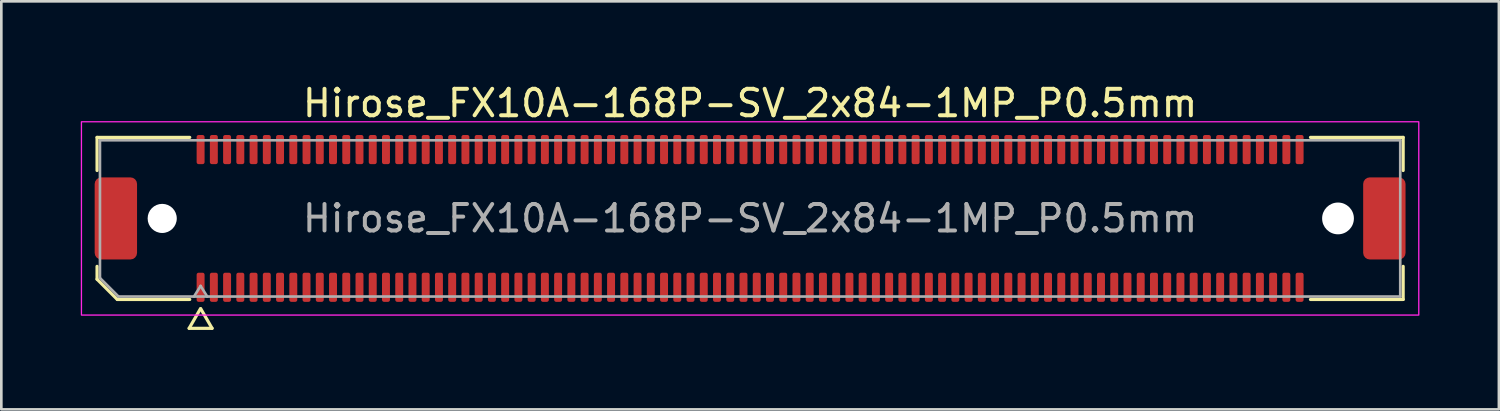
<source format=kicad_pcb>
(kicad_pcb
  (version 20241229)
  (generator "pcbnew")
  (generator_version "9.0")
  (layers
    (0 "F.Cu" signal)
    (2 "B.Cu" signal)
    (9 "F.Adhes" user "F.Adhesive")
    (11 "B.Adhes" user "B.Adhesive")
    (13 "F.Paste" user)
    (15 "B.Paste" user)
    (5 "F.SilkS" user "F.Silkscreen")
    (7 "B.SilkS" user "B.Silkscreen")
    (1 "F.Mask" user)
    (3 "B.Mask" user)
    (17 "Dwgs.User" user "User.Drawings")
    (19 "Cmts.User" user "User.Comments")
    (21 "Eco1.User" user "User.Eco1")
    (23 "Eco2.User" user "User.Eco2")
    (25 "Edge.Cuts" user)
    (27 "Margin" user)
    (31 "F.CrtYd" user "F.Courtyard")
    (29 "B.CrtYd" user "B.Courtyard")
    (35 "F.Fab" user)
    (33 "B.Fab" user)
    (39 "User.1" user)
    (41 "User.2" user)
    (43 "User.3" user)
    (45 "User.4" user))
  (footprint "Hirose_FX10A-168P-SV_2x84-1MP_P0.5mm"
    (layer "F.Cu")
    (at 25.275 5.198)
    (property "Reference" "Hirose_FX10A-168P-SV_2x84-1MP_P0.5mm" (at 0 -4.35 0) (layer "F.SilkS") (effects (font (size 1 1) (thickness 0.15))))
    (attr smd)
    (fp_line (start -24.66 -3.06) (end -21.16 -3.06) (stroke (width 0.12) (type solid)) (layer "F.SilkS"))
    (fp_line (start -24.66 -1.81) (end -24.66 -3.06) (stroke (width 0.12) (type solid)) (layer "F.SilkS"))
    (fp_line (start -24.66 2.296) (end -24.66 1.81) (stroke (width 0.12) (type solid)) (layer "F.SilkS"))
    (fp_line (start -23.896 3.06) (end -24.66 2.296) (stroke (width 0.12) (type solid)) (layer "F.SilkS"))
    (fp_line (start -21.183 4.15) (end -20.756 3.41) (stroke (width 0.12) (type solid)) (layer "F.SilkS"))
    (fp_line (start -21.16 3.06) (end -23.896 3.06) (stroke (width 0.12) (type solid)) (layer "F.SilkS"))
    (fp_line (start -20.744 3.41) (end -20.317 4.15) (stroke (width 0.12) (type solid)) (layer "F.SilkS"))
    (fp_line (start -20.317 4.15) (end -21.183 4.15) (stroke (width 0.12) (type solid)) (layer "F.SilkS"))
    (fp_line (start 21.16 -3.06) (end 24.66 -3.06) (stroke (width 0.12) (type solid)) (layer "F.SilkS"))
    (fp_line (start 24.66 -3.06) (end 24.66 -1.81) (stroke (width 0.12) (type solid)) (layer "F.SilkS"))
    (fp_line (start 24.66 1.81) (end 24.66 3.06) (stroke (width 0.12) (type solid)) (layer "F.SilkS"))
    (fp_line (start 24.66 3.06) (end 21.16 3.06) (stroke (width 0.12) (type solid)) (layer "F.SilkS"))
    (fp_rect (start -25.25 -3.65) (end 25.25 3.65) (stroke (width 0.05) (type solid)) (fill no) (layer "F.CrtYd"))
    (fp_line (start -24.55 -2.95) (end 24.55 -2.95) (stroke (width 0.1) (type solid)) (layer "F.Fab"))
    (fp_line (start -24.55 2.25) (end -24.55 -2.95) (stroke (width 0.1) (type solid)) (layer "F.Fab"))
    (fp_line (start -23.85 2.95) (end -24.55 2.25) (stroke (width 0.1) (type solid)) (layer "F.Fab"))
    (fp_line (start -21 2.95) (end -20.75 2.55) (stroke (width 0.1) (type solid)) (layer "F.Fab"))
    (fp_line (start -20.75 2.55) (end -20.5 2.95) (stroke (width 0.1) (type solid)) (layer "F.Fab"))
    (fp_line (start 24.55 -2.95) (end 24.55 2.95) (stroke (width 0.1) (type solid)) (layer "F.Fab"))
    (fp_line (start 24.55 2.95) (end -23.85 2.95) (stroke (width 0.1) (type solid)) (layer "F.Fab"))
    (fp_text user "${REFERENCE}" (at 0 0 0) (layer "F.Fab") (effects (font (size 1 1) (thickness 0.15))))
    (pad "" np_thru_hole circle (at -22.2 0) (size 1.1 1.1) (drill 1.1) (layers "*.Cu" "*.Mask"))
    (pad "" np_thru_hole circle (at 22.2 0) (size 1.2 1.2) (drill 1.2) (layers "*.Cu" "*.Mask"))
    (pad "1" smd roundrect (at -20.75 2.6) (size 0.3 1.1) (layers "F.Cu" "F.Mask" "F.Paste") (roundrect_rratio 0.25))
    (pad "2" smd roundrect (at -20.75 -2.6) (size 0.3 1.1) (layers "F.Cu" "F.Mask" "F.Paste") (roundrect_rratio 0.25))
    (pad "3" smd roundrect (at -20.25 2.6) (size 0.3 1.1) (layers "F.Cu" "F.Mask" "F.Paste") (roundrect_rratio 0.25))
    (pad "4" smd roundrect (at -20.25 -2.6) (size 0.3 1.1) (layers "F.Cu" "F.Mask" "F.Paste") (roundrect_rratio 0.25))
    (pad "5" smd roundrect (at -19.75 2.6) (size 0.3 1.1) (layers "F.Cu" "F.Mask" "F.Paste") (roundrect_rratio 0.25))
    (pad "6" smd roundrect (at -19.75 -2.6) (size 0.3 1.1) (layers "F.Cu" "F.Mask" "F.Paste") (roundrect_rratio 0.25))
    (pad "7" smd roundrect (at -19.25 2.6) (size 0.3 1.1) (layers "F.Cu" "F.Mask" "F.Paste") (roundrect_rratio 0.25))
    (pad "8" smd roundrect (at -19.25 -2.6) (size 0.3 1.1) (layers "F.Cu" "F.Mask" "F.Paste") (roundrect_rratio 0.25))
    (pad "9" smd roundrect (at -18.75 2.6) (size 0.3 1.1) (layers "F.Cu" "F.Mask" "F.Paste") (roundrect_rratio 0.25))
    (pad "10" smd roundrect (at -18.75 -2.6) (size 0.3 1.1) (layers "F.Cu" "F.Mask" "F.Paste") (roundrect_rratio 0.25))
    (pad "11" smd roundrect (at -18.25 2.6) (size 0.3 1.1) (layers "F.Cu" "F.Mask" "F.Paste") (roundrect_rratio 0.25))
    (pad "12" smd roundrect (at -18.25 -2.6) (size 0.3 1.1) (layers "F.Cu" "F.Mask" "F.Paste") (roundrect_rratio 0.25))
    (pad "13" smd roundrect (at -17.75 2.6) (size 0.3 1.1) (layers "F.Cu" "F.Mask" "F.Paste") (roundrect_rratio 0.25))
    (pad "14" smd roundrect (at -17.75 -2.6) (size 0.3 1.1) (layers "F.Cu" "F.Mask" "F.Paste") (roundrect_rratio 0.25))
    (pad "15" smd roundrect (at -17.25 2.6) (size 0.3 1.1) (layers "F.Cu" "F.Mask" "F.Paste") (roundrect_rratio 0.25))
    (pad "16" smd roundrect (at -17.25 -2.6) (size 0.3 1.1) (layers "F.Cu" "F.Mask" "F.Paste") (roundrect_rratio 0.25))
    (pad "17" smd roundrect (at -16.75 2.6) (size 0.3 1.1) (layers "F.Cu" "F.Mask" "F.Paste") (roundrect_rratio 0.25))
    (pad "18" smd roundrect (at -16.75 -2.6) (size 0.3 1.1) (layers "F.Cu" "F.Mask" "F.Paste") (roundrect_rratio 0.25))
    (pad "19" smd roundrect (at -16.25 2.6) (size 0.3 1.1) (layers "F.Cu" "F.Mask" "F.Paste") (roundrect_rratio 0.25))
    (pad "20" smd roundrect (at -16.25 -2.6) (size 0.3 1.1) (layers "F.Cu" "F.Mask" "F.Paste") (roundrect_rratio 0.25))
    (pad "21" smd roundrect (at -15.75 2.6) (size 0.3 1.1) (layers "F.Cu" "F.Mask" "F.Paste") (roundrect_rratio 0.25))
    (pad "22" smd roundrect (at -15.75 -2.6) (size 0.3 1.1) (layers "F.Cu" "F.Mask" "F.Paste") (roundrect_rratio 0.25))
    (pad "23" smd roundrect (at -15.25 2.6) (size 0.3 1.1) (layers "F.Cu" "F.Mask" "F.Paste") (roundrect_rratio 0.25))
    (pad "24" smd roundrect (at -15.25 -2.6) (size 0.3 1.1) (layers "F.Cu" "F.Mask" "F.Paste") (roundrect_rratio 0.25))
    (pad "25" smd roundrect (at -14.75 2.6) (size 0.3 1.1) (layers "F.Cu" "F.Mask" "F.Paste") (roundrect_rratio 0.25))
    (pad "26" smd roundrect (at -14.75 -2.6) (size 0.3 1.1) (layers "F.Cu" "F.Mask" "F.Paste") (roundrect_rratio 0.25))
    (pad "27" smd roundrect (at -14.25 2.6) (size 0.3 1.1) (layers "F.Cu" "F.Mask" "F.Paste") (roundrect_rratio 0.25))
    (pad "28" smd roundrect (at -14.25 -2.6) (size 0.3 1.1) (layers "F.Cu" "F.Mask" "F.Paste") (roundrect_rratio 0.25))
    (pad "29" smd roundrect (at -13.75 2.6) (size 0.3 1.1) (layers "F.Cu" "F.Mask" "F.Paste") (roundrect_rratio 0.25))
    (pad "30" smd roundrect (at -13.75 -2.6) (size 0.3 1.1) (layers "F.Cu" "F.Mask" "F.Paste") (roundrect_rratio 0.25))
    (pad "31" smd roundrect (at -13.25 2.6) (size 0.3 1.1) (layers "F.Cu" "F.Mask" "F.Paste") (roundrect_rratio 0.25))
    (pad "32" smd roundrect (at -13.25 -2.6) (size 0.3 1.1) (layers "F.Cu" "F.Mask" "F.Paste") (roundrect_rratio 0.25))
    (pad "33" smd roundrect (at -12.75 2.6) (size 0.3 1.1) (layers "F.Cu" "F.Mask" "F.Paste") (roundrect_rratio 0.25))
    (pad "34" smd roundrect (at -12.75 -2.6) (size 0.3 1.1) (layers "F.Cu" "F.Mask" "F.Paste") (roundrect_rratio 0.25))
    (pad "35" smd roundrect (at -12.25 2.6) (size 0.3 1.1) (layers "F.Cu" "F.Mask" "F.Paste") (roundrect_rratio 0.25))
    (pad "36" smd roundrect (at -12.25 -2.6) (size 0.3 1.1) (layers "F.Cu" "F.Mask" "F.Paste") (roundrect_rratio 0.25))
    (pad "37" smd roundrect (at -11.75 2.6) (size 0.3 1.1) (layers "F.Cu" "F.Mask" "F.Paste") (roundrect_rratio 0.25))
    (pad "38" smd roundrect (at -11.75 -2.6) (size 0.3 1.1) (layers "F.Cu" "F.Mask" "F.Paste") (roundrect_rratio 0.25))
    (pad "39" smd roundrect (at -11.25 2.6) (size 0.3 1.1) (layers "F.Cu" "F.Mask" "F.Paste") (roundrect_rratio 0.25))
    (pad "40" smd roundrect (at -11.25 -2.6) (size 0.3 1.1) (layers "F.Cu" "F.Mask" "F.Paste") (roundrect_rratio 0.25))
    (pad "41" smd roundrect (at -10.75 2.6) (size 0.3 1.1) (layers "F.Cu" "F.Mask" "F.Paste") (roundrect_rratio 0.25))
    (pad "42" smd roundrect (at -10.75 -2.6) (size 0.3 1.1) (layers "F.Cu" "F.Mask" "F.Paste") (roundrect_rratio 0.25))
    (pad "43" smd roundrect (at -10.25 2.6) (size 0.3 1.1) (layers "F.Cu" "F.Mask" "F.Paste") (roundrect_rratio 0.25))
    (pad "44" smd roundrect (at -10.25 -2.6) (size 0.3 1.1) (layers "F.Cu" "F.Mask" "F.Paste") (roundrect_rratio 0.25))
    (pad "45" smd roundrect (at -9.75 2.6) (size 0.3 1.1) (layers "F.Cu" "F.Mask" "F.Paste") (roundrect_rratio 0.25))
    (pad "46" smd roundrect (at -9.75 -2.6) (size 0.3 1.1) (layers "F.Cu" "F.Mask" "F.Paste") (roundrect_rratio 0.25))
    (pad "47" smd roundrect (at -9.25 2.6) (size 0.3 1.1) (layers "F.Cu" "F.Mask" "F.Paste") (roundrect_rratio 0.25))
    (pad "48" smd roundrect (at -9.25 -2.6) (size 0.3 1.1) (layers "F.Cu" "F.Mask" "F.Paste") (roundrect_rratio 0.25))
    (pad "49" smd roundrect (at -8.75 2.6) (size 0.3 1.1) (layers "F.Cu" "F.Mask" "F.Paste") (roundrect_rratio 0.25))
    (pad "50" smd roundrect (at -8.75 -2.6) (size 0.3 1.1) (layers "F.Cu" "F.Mask" "F.Paste") (roundrect_rratio 0.25))
    (pad "51" smd roundrect (at -8.25 2.6) (size 0.3 1.1) (layers "F.Cu" "F.Mask" "F.Paste") (roundrect_rratio 0.25))
    (pad "52" smd roundrect (at -8.25 -2.6) (size 0.3 1.1) (layers "F.Cu" "F.Mask" "F.Paste") (roundrect_rratio 0.25))
    (pad "53" smd roundrect (at -7.75 2.6) (size 0.3 1.1) (layers "F.Cu" "F.Mask" "F.Paste") (roundrect_rratio 0.25))
    (pad "54" smd roundrect (at -7.75 -2.6) (size 0.3 1.1) (layers "F.Cu" "F.Mask" "F.Paste") (roundrect_rratio 0.25))
    (pad "55" smd roundrect (at -7.25 2.6) (size 0.3 1.1) (layers "F.Cu" "F.Mask" "F.Paste") (roundrect_rratio 0.25))
    (pad "56" smd roundrect (at -7.25 -2.6) (size 0.3 1.1) (layers "F.Cu" "F.Mask" "F.Paste") (roundrect_rratio 0.25))
    (pad "57" smd roundrect (at -6.75 2.6) (size 0.3 1.1) (layers "F.Cu" "F.Mask" "F.Paste") (roundrect_rratio 0.25))
    (pad "58" smd roundrect (at -6.75 -2.6) (size 0.3 1.1) (layers "F.Cu" "F.Mask" "F.Paste") (roundrect_rratio 0.25))
    (pad "59" smd roundrect (at -6.25 2.6) (size 0.3 1.1) (layers "F.Cu" "F.Mask" "F.Paste") (roundrect_rratio 0.25))
    (pad "60" smd roundrect (at -6.25 -2.6) (size 0.3 1.1) (layers "F.Cu" "F.Mask" "F.Paste") (roundrect_rratio 0.25))
    (pad "61" smd roundrect (at -5.75 2.6) (size 0.3 1.1) (layers "F.Cu" "F.Mask" "F.Paste") (roundrect_rratio 0.25))
    (pad "62" smd roundrect (at -5.75 -2.6) (size 0.3 1.1) (layers "F.Cu" "F.Mask" "F.Paste") (roundrect_rratio 0.25))
    (pad "63" smd roundrect (at -5.25 2.6) (size 0.3 1.1) (layers "F.Cu" "F.Mask" "F.Paste") (roundrect_rratio 0.25))
    (pad "64" smd roundrect (at -5.25 -2.6) (size 0.3 1.1) (layers "F.Cu" "F.Mask" "F.Paste") (roundrect_rratio 0.25))
    (pad "65" smd roundrect (at -4.75 2.6) (size 0.3 1.1) (layers "F.Cu" "F.Mask" "F.Paste") (roundrect_rratio 0.25))
    (pad "66" smd roundrect (at -4.75 -2.6) (size 0.3 1.1) (layers "F.Cu" "F.Mask" "F.Paste") (roundrect_rratio 0.25))
    (pad "67" smd roundrect (at -4.25 2.6) (size 0.3 1.1) (layers "F.Cu" "F.Mask" "F.Paste") (roundrect_rratio 0.25))
    (pad "68" smd roundrect (at -4.25 -2.6) (size 0.3 1.1) (layers "F.Cu" "F.Mask" "F.Paste") (roundrect_rratio 0.25))
    (pad "69" smd roundrect (at -3.75 2.6) (size 0.3 1.1) (layers "F.Cu" "F.Mask" "F.Paste") (roundrect_rratio 0.25))
    (pad "70" smd roundrect (at -3.75 -2.6) (size 0.3 1.1) (layers "F.Cu" "F.Mask" "F.Paste") (roundrect_rratio 0.25))
    (pad "71" smd roundrect (at -3.25 2.6) (size 0.3 1.1) (layers "F.Cu" "F.Mask" "F.Paste") (roundrect_rratio 0.25))
    (pad "72" smd roundrect (at -3.25 -2.6) (size 0.3 1.1) (layers "F.Cu" "F.Mask" "F.Paste") (roundrect_rratio 0.25))
    (pad "73" smd roundrect (at -2.75 2.6) (size 0.3 1.1) (layers "F.Cu" "F.Mask" "F.Paste") (roundrect_rratio 0.25))
    (pad "74" smd roundrect (at -2.75 -2.6) (size 0.3 1.1) (layers "F.Cu" "F.Mask" "F.Paste") (roundrect_rratio 0.25))
    (pad "75" smd roundrect (at -2.25 2.6) (size 0.3 1.1) (layers "F.Cu" "F.Mask" "F.Paste") (roundrect_rratio 0.25))
    (pad "76" smd roundrect (at -2.25 -2.6) (size 0.3 1.1) (layers "F.Cu" "F.Mask" "F.Paste") (roundrect_rratio 0.25))
    (pad "77" smd roundrect (at -1.75 2.6) (size 0.3 1.1) (layers "F.Cu" "F.Mask" "F.Paste") (roundrect_rratio 0.25))
    (pad "78" smd roundrect (at -1.75 -2.6) (size 0.3 1.1) (layers "F.Cu" "F.Mask" "F.Paste") (roundrect_rratio 0.25))
    (pad "79" smd roundrect (at -1.25 2.6) (size 0.3 1.1) (layers "F.Cu" "F.Mask" "F.Paste") (roundrect_rratio 0.25))
    (pad "80" smd roundrect (at -1.25 -2.6) (size 0.3 1.1) (layers "F.Cu" "F.Mask" "F.Paste") (roundrect_rratio 0.25))
    (pad "81" smd roundrect (at -0.75 2.6) (size 0.3 1.1) (layers "F.Cu" "F.Mask" "F.Paste") (roundrect_rratio 0.25))
    (pad "82" smd roundrect (at -0.75 -2.6) (size 0.3 1.1) (layers "F.Cu" "F.Mask" "F.Paste") (roundrect_rratio 0.25))
    (pad "83" smd roundrect (at -0.25 2.6) (size 0.3 1.1) (layers "F.Cu" "F.Mask" "F.Paste") (roundrect_rratio 0.25))
    (pad "84" smd roundrect (at -0.25 -2.6) (size 0.3 1.1) (layers "F.Cu" "F.Mask" "F.Paste") (roundrect_rratio 0.25))
    (pad "85" smd roundrect (at 0.25 2.6) (size 0.3 1.1) (layers "F.Cu" "F.Mask" "F.Paste") (roundrect_rratio 0.25))
    (pad "86" smd roundrect (at 0.25 -2.6) (size 0.3 1.1) (layers "F.Cu" "F.Mask" "F.Paste") (roundrect_rratio 0.25))
    (pad "87" smd roundrect (at 0.75 2.6) (size 0.3 1.1) (layers "F.Cu" "F.Mask" "F.Paste") (roundrect_rratio 0.25))
    (pad "88" smd roundrect (at 0.75 -2.6) (size 0.3 1.1) (layers "F.Cu" "F.Mask" "F.Paste") (roundrect_rratio 0.25))
    (pad "89" smd roundrect (at 1.25 2.6) (size 0.3 1.1) (layers "F.Cu" "F.Mask" "F.Paste") (roundrect_rratio 0.25))
    (pad "90" smd roundrect (at 1.25 -2.6) (size 0.3 1.1) (layers "F.Cu" "F.Mask" "F.Paste") (roundrect_rratio 0.25))
    (pad "91" smd roundrect (at 1.75 2.6) (size 0.3 1.1) (layers "F.Cu" "F.Mask" "F.Paste") (roundrect_rratio 0.25))
    (pad "92" smd roundrect (at 1.75 -2.6) (size 0.3 1.1) (layers "F.Cu" "F.Mask" "F.Paste") (roundrect_rratio 0.25))
    (pad "93" smd roundrect (at 2.25 2.6) (size 0.3 1.1) (layers "F.Cu" "F.Mask" "F.Paste") (roundrect_rratio 0.25))
    (pad "94" smd roundrect (at 2.25 -2.6) (size 0.3 1.1) (layers "F.Cu" "F.Mask" "F.Paste") (roundrect_rratio 0.25))
    (pad "95" smd roundrect (at 2.75 2.6) (size 0.3 1.1) (layers "F.Cu" "F.Mask" "F.Paste") (roundrect_rratio 0.25))
    (pad "96" smd roundrect (at 2.75 -2.6) (size 0.3 1.1) (layers "F.Cu" "F.Mask" "F.Paste") (roundrect_rratio 0.25))
    (pad "97" smd roundrect (at 3.25 2.6) (size 0.3 1.1) (layers "F.Cu" "F.Mask" "F.Paste") (roundrect_rratio 0.25))
    (pad "98" smd roundrect (at 3.25 -2.6) (size 0.3 1.1) (layers "F.Cu" "F.Mask" "F.Paste") (roundrect_rratio 0.25))
    (pad "99" smd roundrect (at 3.75 2.6) (size 0.3 1.1) (layers "F.Cu" "F.Mask" "F.Paste") (roundrect_rratio 0.25))
    (pad "100" smd roundrect (at 3.75 -2.6) (size 0.3 1.1) (layers "F.Cu" "F.Mask" "F.Paste") (roundrect_rratio 0.25))
    (pad "101" smd roundrect (at 4.25 2.6) (size 0.3 1.1) (layers "F.Cu" "F.Mask" "F.Paste") (roundrect_rratio 0.25))
    (pad "102" smd roundrect (at 4.25 -2.6) (size 0.3 1.1) (layers "F.Cu" "F.Mask" "F.Paste") (roundrect_rratio 0.25))
    (pad "103" smd roundrect (at 4.75 2.6) (size 0.3 1.1) (layers "F.Cu" "F.Mask" "F.Paste") (roundrect_rratio 0.25))
    (pad "104" smd roundrect (at 4.75 -2.6) (size 0.3 1.1) (layers "F.Cu" "F.Mask" "F.Paste") (roundrect_rratio 0.25))
    (pad "105" smd roundrect (at 5.25 2.6) (size 0.3 1.1) (layers "F.Cu" "F.Mask" "F.Paste") (roundrect_rratio 0.25))
    (pad "106" smd roundrect (at 5.25 -2.6) (size 0.3 1.1) (layers "F.Cu" "F.Mask" "F.Paste") (roundrect_rratio 0.25))
    (pad "107" smd roundrect (at 5.75 2.6) (size 0.3 1.1) (layers "F.Cu" "F.Mask" "F.Paste") (roundrect_rratio 0.25))
    (pad "108" smd roundrect (at 5.75 -2.6) (size 0.3 1.1) (layers "F.Cu" "F.Mask" "F.Paste") (roundrect_rratio 0.25))
    (pad "109" smd roundrect (at 6.25 2.6) (size 0.3 1.1) (layers "F.Cu" "F.Mask" "F.Paste") (roundrect_rratio 0.25))
    (pad "110" smd roundrect (at 6.25 -2.6) (size 0.3 1.1) (layers "F.Cu" "F.Mask" "F.Paste") (roundrect_rratio 0.25))
    (pad "111" smd roundrect (at 6.75 2.6) (size 0.3 1.1) (layers "F.Cu" "F.Mask" "F.Paste") (roundrect_rratio 0.25))
    (pad "112" smd roundrect (at 6.75 -2.6) (size 0.3 1.1) (layers "F.Cu" "F.Mask" "F.Paste") (roundrect_rratio 0.25))
    (pad "113" smd roundrect (at 7.25 2.6) (size 0.3 1.1) (layers "F.Cu" "F.Mask" "F.Paste") (roundrect_rratio 0.25))
    (pad "114" smd roundrect (at 7.25 -2.6) (size 0.3 1.1) (layers "F.Cu" "F.Mask" "F.Paste") (roundrect_rratio 0.25))
    (pad "115" smd roundrect (at 7.75 2.6) (size 0.3 1.1) (layers "F.Cu" "F.Mask" "F.Paste") (roundrect_rratio 0.25))
    (pad "116" smd roundrect (at 7.75 -2.6) (size 0.3 1.1) (layers "F.Cu" "F.Mask" "F.Paste") (roundrect_rratio 0.25))
    (pad "117" smd roundrect (at 8.25 2.6) (size 0.3 1.1) (layers "F.Cu" "F.Mask" "F.Paste") (roundrect_rratio 0.25))
    (pad "118" smd roundrect (at 8.25 -2.6) (size 0.3 1.1) (layers "F.Cu" "F.Mask" "F.Paste") (roundrect_rratio 0.25))
    (pad "119" smd roundrect (at 8.75 2.6) (size 0.3 1.1) (layers "F.Cu" "F.Mask" "F.Paste") (roundrect_rratio 0.25))
    (pad "120" smd roundrect (at 8.75 -2.6) (size 0.3 1.1) (layers "F.Cu" "F.Mask" "F.Paste") (roundrect_rratio 0.25))
    (pad "121" smd roundrect (at 9.25 2.6) (size 0.3 1.1) (layers "F.Cu" "F.Mask" "F.Paste") (roundrect_rratio 0.25))
    (pad "122" smd roundrect (at 9.25 -2.6) (size 0.3 1.1) (layers "F.Cu" "F.Mask" "F.Paste") (roundrect_rratio 0.25))
    (pad "123" smd roundrect (at 9.75 2.6) (size 0.3 1.1) (layers "F.Cu" "F.Mask" "F.Paste") (roundrect_rratio 0.25))
    (pad "124" smd roundrect (at 9.75 -2.6) (size 0.3 1.1) (layers "F.Cu" "F.Mask" "F.Paste") (roundrect_rratio 0.25))
    (pad "125" smd roundrect (at 10.25 2.6) (size 0.3 1.1) (layers "F.Cu" "F.Mask" "F.Paste") (roundrect_rratio 0.25))
    (pad "126" smd roundrect (at 10.25 -2.6) (size 0.3 1.1) (layers "F.Cu" "F.Mask" "F.Paste") (roundrect_rratio 0.25))
    (pad "127" smd roundrect (at 10.75 2.6) (size 0.3 1.1) (layers "F.Cu" "F.Mask" "F.Paste") (roundrect_rratio 0.25))
    (pad "128" smd roundrect (at 10.75 -2.6) (size 0.3 1.1) (layers "F.Cu" "F.Mask" "F.Paste") (roundrect_rratio 0.25))
    (pad "129" smd roundrect (at 11.25 2.6) (size 0.3 1.1) (layers "F.Cu" "F.Mask" "F.Paste") (roundrect_rratio 0.25))
    (pad "130" smd roundrect (at 11.25 -2.6) (size 0.3 1.1) (layers "F.Cu" "F.Mask" "F.Paste") (roundrect_rratio 0.25))
    (pad "131" smd roundrect (at 11.75 2.6) (size 0.3 1.1) (layers "F.Cu" "F.Mask" "F.Paste") (roundrect_rratio 0.25))
    (pad "132" smd roundrect (at 11.75 -2.6) (size 0.3 1.1) (layers "F.Cu" "F.Mask" "F.Paste") (roundrect_rratio 0.25))
    (pad "133" smd roundrect (at 12.25 2.6) (size 0.3 1.1) (layers "F.Cu" "F.Mask" "F.Paste") (roundrect_rratio 0.25))
    (pad "134" smd roundrect (at 12.25 -2.6) (size 0.3 1.1) (layers "F.Cu" "F.Mask" "F.Paste") (roundrect_rratio 0.25))
    (pad "135" smd roundrect (at 12.75 2.6) (size 0.3 1.1) (layers "F.Cu" "F.Mask" "F.Paste") (roundrect_rratio 0.25))
    (pad "136" smd roundrect (at 12.75 -2.6) (size 0.3 1.1) (layers "F.Cu" "F.Mask" "F.Paste") (roundrect_rratio 0.25))
    (pad "137" smd roundrect (at 13.25 2.6) (size 0.3 1.1) (layers "F.Cu" "F.Mask" "F.Paste") (roundrect_rratio 0.25))
    (pad "138" smd roundrect (at 13.25 -2.6) (size 0.3 1.1) (layers "F.Cu" "F.Mask" "F.Paste") (roundrect_rratio 0.25))
    (pad "139" smd roundrect (at 13.75 2.6) (size 0.3 1.1) (layers "F.Cu" "F.Mask" "F.Paste") (roundrect_rratio 0.25))
    (pad "140" smd roundrect (at 13.75 -2.6) (size 0.3 1.1) (layers "F.Cu" "F.Mask" "F.Paste") (roundrect_rratio 0.25))
    (pad "141" smd roundrect (at 14.25 2.6) (size 0.3 1.1) (layers "F.Cu" "F.Mask" "F.Paste") (roundrect_rratio 0.25))
    (pad "142" smd roundrect (at 14.25 -2.6) (size 0.3 1.1) (layers "F.Cu" "F.Mask" "F.Paste") (roundrect_rratio 0.25))
    (pad "143" smd roundrect (at 14.75 2.6) (size 0.3 1.1) (layers "F.Cu" "F.Mask" "F.Paste") (roundrect_rratio 0.25))
    (pad "144" smd roundrect (at 14.75 -2.6) (size 0.3 1.1) (layers "F.Cu" "F.Mask" "F.Paste") (roundrect_rratio 0.25))
    (pad "145" smd roundrect (at 15.25 2.6) (size 0.3 1.1) (layers "F.Cu" "F.Mask" "F.Paste") (roundrect_rratio 0.25))
    (pad "146" smd roundrect (at 15.25 -2.6) (size 0.3 1.1) (layers "F.Cu" "F.Mask" "F.Paste") (roundrect_rratio 0.25))
    (pad "147" smd roundrect (at 15.75 2.6) (size 0.3 1.1) (layers "F.Cu" "F.Mask" "F.Paste") (roundrect_rratio 0.25))
    (pad "148" smd roundrect (at 15.75 -2.6) (size 0.3 1.1) (layers "F.Cu" "F.Mask" "F.Paste") (roundrect_rratio 0.25))
    (pad "149" smd roundrect (at 16.25 2.6) (size 0.3 1.1) (layers "F.Cu" "F.Mask" "F.Paste") (roundrect_rratio 0.25))
    (pad "150" smd roundrect (at 16.25 -2.6) (size 0.3 1.1) (layers "F.Cu" "F.Mask" "F.Paste") (roundrect_rratio 0.25))
    (pad "151" smd roundrect (at 16.75 2.6) (size 0.3 1.1) (layers "F.Cu" "F.Mask" "F.Paste") (roundrect_rratio 0.25))
    (pad "152" smd roundrect (at 16.75 -2.6) (size 0.3 1.1) (layers "F.Cu" "F.Mask" "F.Paste") (roundrect_rratio 0.25))
    (pad "153" smd roundrect (at 17.25 2.6) (size 0.3 1.1) (layers "F.Cu" "F.Mask" "F.Paste") (roundrect_rratio 0.25))
    (pad "154" smd roundrect (at 17.25 -2.6) (size 0.3 1.1) (layers "F.Cu" "F.Mask" "F.Paste") (roundrect_rratio 0.25))
    (pad "155" smd roundrect (at 17.75 2.6) (size 0.3 1.1) (layers "F.Cu" "F.Mask" "F.Paste") (roundrect_rratio 0.25))
    (pad "156" smd roundrect (at 17.75 -2.6) (size 0.3 1.1) (layers "F.Cu" "F.Mask" "F.Paste") (roundrect_rratio 0.25))
    (pad "157" smd roundrect (at 18.25 2.6) (size 0.3 1.1) (layers "F.Cu" "F.Mask" "F.Paste") (roundrect_rratio 0.25))
    (pad "158" smd roundrect (at 18.25 -2.6) (size 0.3 1.1) (layers "F.Cu" "F.Mask" "F.Paste") (roundrect_rratio 0.25))
    (pad "159" smd roundrect (at 18.75 2.6) (size 0.3 1.1) (layers "F.Cu" "F.Mask" "F.Paste") (roundrect_rratio 0.25))
    (pad "160" smd roundrect (at 18.75 -2.6) (size 0.3 1.1) (layers "F.Cu" "F.Mask" "F.Paste") (roundrect_rratio 0.25))
    (pad "161" smd roundrect (at 19.25 2.6) (size 0.3 1.1) (layers "F.Cu" "F.Mask" "F.Paste") (roundrect_rratio 0.25))
    (pad "162" smd roundrect (at 19.25 -2.6) (size 0.3 1.1) (layers "F.Cu" "F.Mask" "F.Paste") (roundrect_rratio 0.25))
    (pad "163" smd roundrect (at 19.75 2.6) (size 0.3 1.1) (layers "F.Cu" "F.Mask" "F.Paste") (roundrect_rratio 0.25))
    (pad "164" smd roundrect (at 19.75 -2.6) (size 0.3 1.1) (layers "F.Cu" "F.Mask" "F.Paste") (roundrect_rratio 0.25))
    (pad "165" smd roundrect (at 20.25 2.6) (size 0.3 1.1) (layers "F.Cu" "F.Mask" "F.Paste") (roundrect_rratio 0.25))
    (pad "166" smd roundrect (at 20.25 -2.6) (size 0.3 1.1) (layers "F.Cu" "F.Mask" "F.Paste") (roundrect_rratio 0.25))
    (pad "167" smd roundrect (at 20.75 2.6) (size 0.3 1.1) (layers "F.Cu" "F.Mask" "F.Paste") (roundrect_rratio 0.25))
    (pad "168" smd roundrect (at 20.75 -2.6) (size 0.3 1.1) (layers "F.Cu" "F.Mask" "F.Paste") (roundrect_rratio 0.25))
    (pad "MP" smd roundrect (at -23.95 0) (size 1.6 3.1) (layers "F.Cu" "F.Mask" "F.Paste") (roundrect_rratio 0.156))
    (pad "MP" smd roundrect (at 23.95 0) (size 1.6 3.1) (layers "F.Cu" "F.Mask" "F.Paste") (roundrect_rratio 0.156))
    (zone (net_name "") (layer "F.Cu") (name "keepout") (hatch edge 0.5) (connect_pads) (min_thickness 0.25) (filled_areas_thickness no) (keepout (tracks not_allowed) (vias not_allowed) (pads allowed) (copperpour not_allowed) (footprints allowed)) (placement (enabled no)) (fill) (polygon (pts (xy 4.375 3.148) (xy 46.175 3.148) (xy 46.175 4.198) (xy 4.375 4.198))))
    (zone (net_name "") (layer "F.Cu") (name "keepout") (hatch edge 0.5) (connect_pads) (min_thickness 0.25) (filled_areas_thickness no) (keepout (tracks not_allowed) (vias not_allowed) (pads allowed) (copperpour not_allowed) (footprints allowed)) (placement (enabled no)) (fill) (polygon (pts (xy 4.375 6.198) (xy 46.175 6.198) (xy 46.175 7.248) (xy 4.375 7.248)))))
  (gr_rect
    (start -3 -3)
    (end 53.55 12.408)
    (stroke (width 0.1) (type default))
    (fill no)
    (layer "Edge.Cuts")))
</source>
